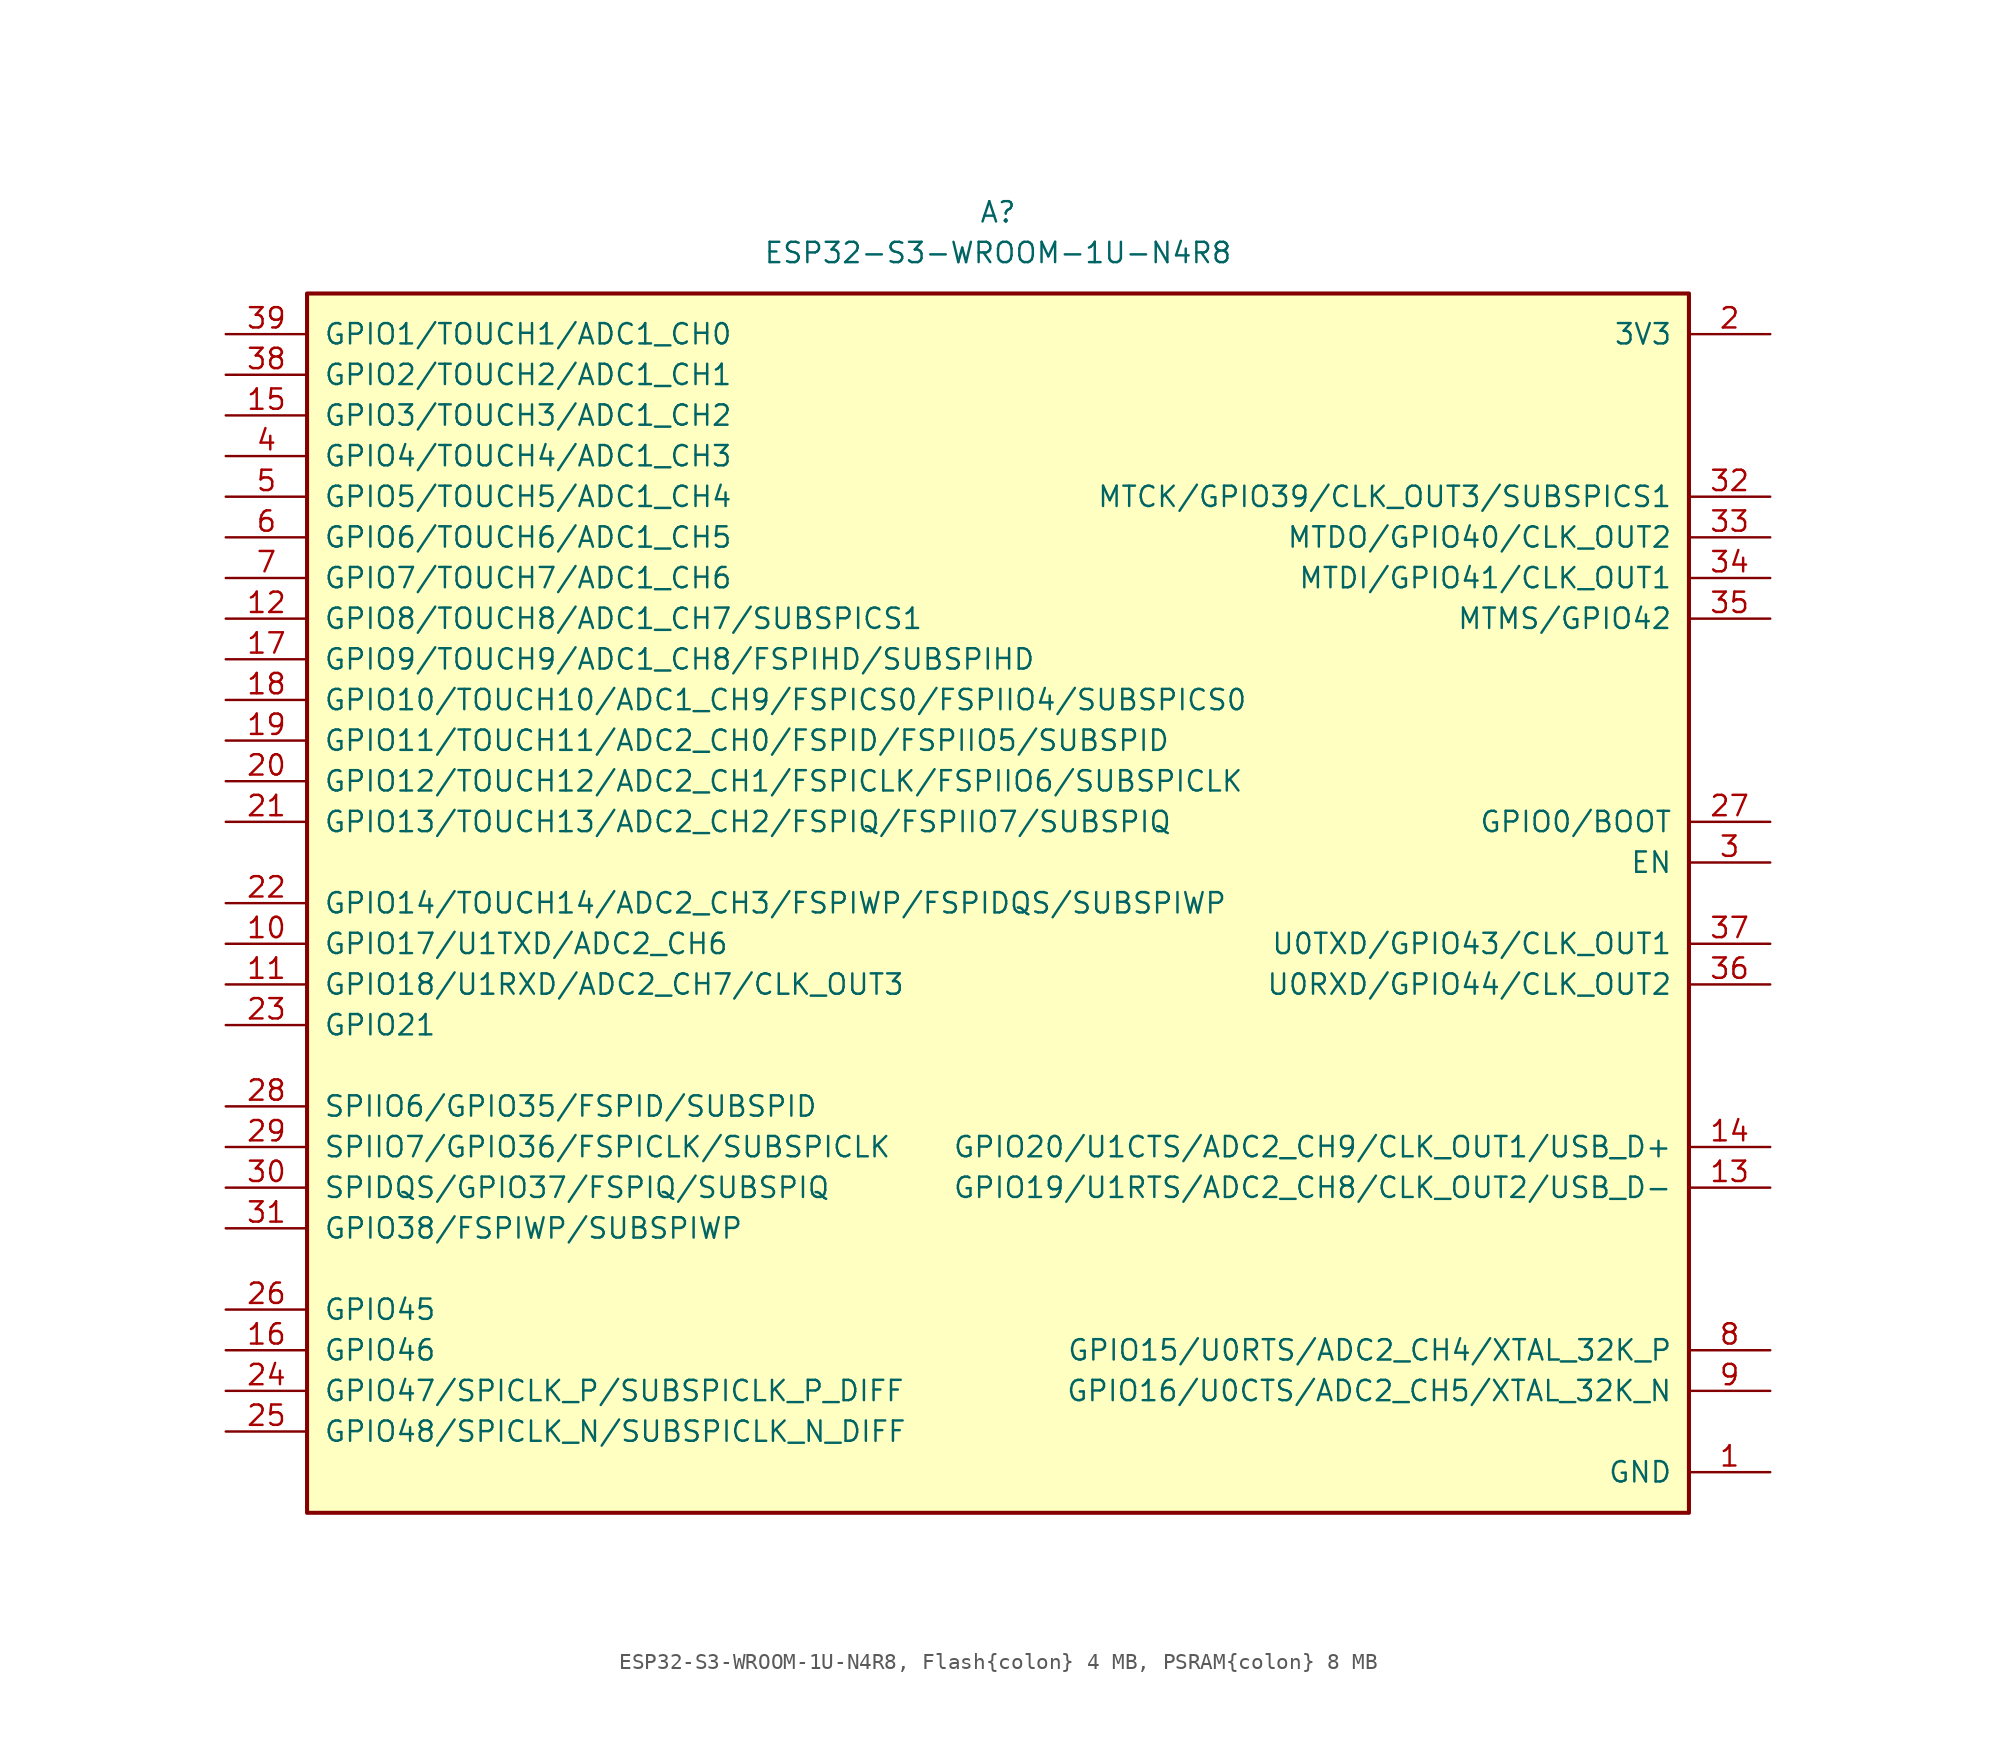
<source format=kicad_sym>
(kicad_symbol_lib
  (version 20241209)
  (generator "kicad_symbol_editor")
  (generator_version "9.0")
  (symbol "ESP32-S3-WROOM-1U-N4R8, Flash{colon} 4 MB, PSRAM{colon} 8 MB"
    (pin_names
      (offset 1.016))
    (property "Reference" "A"
      (at 0 43.18 0)
      (effects (font (size 1.27 1.27))))
    (property "Value" "ESP32-S3-WROOM-1U-N4R8"
      (at 0 40.64 0)
      (effects (font (size 1.27 1.27))))
    (symbol "ESP32-S3-WROOM-1U-N4R8, Flash{colon} 4 MB, PSRAM{colon} 8 MB_0_0"
      (pin bidirectional line (at -48.26 35.56 0) (length 5.08) (name "GPIO1/TOUCH1/ADC1_CH0" (effects (font (size 1.27 1.27)))) (number "39" (effects (font (size 1.27 1.27)))))
      (pin bidirectional line (at -48.26 33.02 0) (length 5.08) (name "GPIO2/TOUCH2/ADC1_CH1" (effects (font (size 1.27 1.27)))) (number "38" (effects (font (size 1.27 1.27)))))
      (pin bidirectional line (at -48.26 30.48 0) (length 5.08) (name "GPIO3/TOUCH3/ADC1_CH2" (effects (font (size 1.27 1.27)))) (number "15" (effects (font (size 1.27 1.27)))))
      (pin bidirectional line (at -48.26 27.94 0) (length 5.08) (name "GPIO4/TOUCH4/ADC1_CH3" (effects (font (size 1.27 1.27)))) (number "4" (effects (font (size 1.27 1.27)))))
      (pin bidirectional line (at -48.26 25.4 0) (length 5.08) (name "GPIO5/TOUCH5/ADC1_CH4" (effects (font (size 1.27 1.27)))) (number "5" (effects (font (size 1.27 1.27)))))
      (pin bidirectional line (at -48.26 22.86 0) (length 5.08) (name "GPIO6/TOUCH6/ADC1_CH5" (effects (font (size 1.27 1.27)))) (number "6" (effects (font (size 1.27 1.27)))))
      (pin bidirectional line (at -48.26 20.32 0) (length 5.08) (name "GPIO7/TOUCH7/ADC1_CH6" (effects (font (size 1.27 1.27)))) (number "7" (effects (font (size 1.27 1.27)))))
      (pin bidirectional line (at -48.26 17.78 0) (length 5.08) (name "GPIO8/TOUCH8/ADC1_CH7/SUBSPICS1" (effects (font (size 1.27 1.27)))) (number "12" (effects (font (size 1.27 1.27)))))
      (pin bidirectional line (at -48.26 15.24 0) (length 5.08) (name "GPIO9/TOUCH9/ADC1_CH8/FSPIHD/SUBSPIHD" (effects (font (size 1.27 1.27)))) (number "17" (effects (font (size 1.27 1.27)))))
      (pin bidirectional line (at -48.26 12.7 0) (length 5.08) (name "GPIO10/TOUCH10/ADC1_CH9/FSPICS0/FSPIIO4/SUBSPICS0" (effects (font (size 1.27 1.27)))) (number "18" (effects (font (size 1.27 1.27)))))
      (pin bidirectional line (at -48.26 10.16 0) (length 5.08) (name "GPIO11/TOUCH11/ADC2_CH0/FSPID/FSPIIO5/SUBSPID" (effects (font (size 1.27 1.27)))) (number "19" (effects (font (size 1.27 1.27)))))
      (pin bidirectional line (at -48.26 7.62 0) (length 5.08) (name "GPIO12/TOUCH12/ADC2_CH1/FSPICLK/FSPIIO6/SUBSPICLK" (effects (font (size 1.27 1.27)))) (number "20" (effects (font (size 1.27 1.27)))))
      (pin bidirectional line (at -48.26 5.08 0) (length 5.08) (name "GPIO13/TOUCH13/ADC2_CH2/FSPIQ/FSPIIO7/SUBSPIQ" (effects (font (size 1.27 1.27)))) (number "21" (effects (font (size 1.27 1.27)))))
      (pin bidirectional line (at -48.26 0 0) (length 5.08) (name "GPIO14/TOUCH14/ADC2_CH3/FSPIWP/FSPIDQS/SUBSPIWP" (effects (font (size 1.27 1.27)))) (number "22" (effects (font (size 1.27 1.27)))))
      (pin bidirectional line (at -48.26 -2.54 0) (length 5.08) (name "GPIO17/U1TXD/ADC2_CH6" (effects (font (size 1.27 1.27)))) (number "10" (effects (font (size 1.27 1.27)))))
      (pin bidirectional line (at -48.26 -5.08 0) (length 5.08) (name "GPIO18/U1RXD/ADC2_CH7/CLK_OUT3" (effects (font (size 1.27 1.27)))) (number "11" (effects (font (size 1.27 1.27)))))
      (pin bidirectional line (at -48.26 -7.62 0) (length 5.08) (name "GPIO21" (effects (font (size 1.27 1.27)))) (number "23" (effects (font (size 1.27 1.27)))))
      (pin bidirectional line (at -48.26 -12.7 0) (length 5.08) (name "SPIIO6/GPIO35/FSPID/SUBSPID" (effects (font (size 1.27 1.27)))) (number "28" (effects (font (size 1.27 1.27)))))
      (pin bidirectional line (at -48.26 -15.24 0) (length 5.08) (name "SPIIO7/GPIO36/FSPICLK/SUBSPICLK" (effects (font (size 1.27 1.27)))) (number "29" (effects (font (size 1.27 1.27)))))
      (pin bidirectional line (at -48.26 -17.78 0) (length 5.08) (name "SPIDQS/GPIO37/FSPIQ/SUBSPIQ" (effects (font (size 1.27 1.27)))) (number "30" (effects (font (size 1.27 1.27)))))
      (pin bidirectional line (at -48.26 -20.32 0) (length 5.08) (name "GPIO38/FSPIWP/SUBSPIWP" (effects (font (size 1.27 1.27)))) (number "31" (effects (font (size 1.27 1.27)))))
      (pin bidirectional line (at -48.26 -25.4 0) (length 5.08) (name "GPIO45" (effects (font (size 1.27 1.27)))) (number "26" (effects (font (size 1.27 1.27)))))
      (pin bidirectional line (at -48.26 -27.94 0) (length 5.08) (name "GPIO46" (effects (font (size 1.27 1.27)))) (number "16" (effects (font (size 1.27 1.27)))))
      (pin bidirectional line (at -48.26 -30.48 0) (length 5.08) (name "GPIO47/SPICLK_P/SUBSPICLK_P_DIFF" (effects (font (size 1.27 1.27)))) (number "24" (effects (font (size 1.27 1.27)))))
      (pin bidirectional line (at -48.26 -33.02 0) (length 5.08) (name "GPIO48/SPICLK_N/SUBSPICLK_N_DIFF" (effects (font (size 1.27 1.27)))) (number "25" (effects (font (size 1.27 1.27)))))
      (pin power_in line (at 48.26 35.56 180) (length 5.08) (name "3V3" (effects (font (size 1.27 1.27)))) (number "2" (effects (font (size 1.27 1.27)))))
      (pin bidirectional line (at 48.26 25.4 180) (length 5.08) (name "MTCK/GPIO39/CLK_OUT3/SUBSPICS1" (effects (font (size 1.27 1.27)))) (number "32" (effects (font (size 1.27 1.27)))))
      (pin bidirectional line (at 48.26 22.86 180) (length 5.08) (name "MTDO/GPIO40/CLK_OUT2" (effects (font (size 1.27 1.27)))) (number "33" (effects (font (size 1.27 1.27)))))
      (pin bidirectional line (at 48.26 20.32 180) (length 5.08) (name "MTDI/GPIO41/CLK_OUT1" (effects (font (size 1.27 1.27)))) (number "34" (effects (font (size 1.27 1.27)))))
      (pin bidirectional line (at 48.26 17.78 180) (length 5.08) (name "MTMS/GPIO42" (effects (font (size 1.27 1.27)))) (number "35" (effects (font (size 1.27 1.27)))))
      (pin bidirectional line (at 48.26 5.08 180) (length 5.08) (name "GPIO0/BOOT" (effects (font (size 1.27 1.27)))) (number "27" (effects (font (size 1.27 1.27)))))
      (pin input line (at 48.26 2.54 180) (length 5.08) (name "EN" (effects (font (size 1.27 1.27)))) (number "3" (effects (font (size 1.27 1.27)))))
      (pin bidirectional line (at 48.26 -2.54 180) (length 5.08) (name "U0TXD/GPIO43/CLK_OUT1" (effects (font (size 1.27 1.27)))) (number "37" (effects (font (size 1.27 1.27)))))
      (pin bidirectional line (at 48.26 -5.08 180) (length 5.08) (name "U0RXD/GPIO44/CLK_OUT2" (effects (font (size 1.27 1.27)))) (number "36" (effects (font (size 1.27 1.27)))))
      (pin bidirectional line (at 48.26 -15.24 180) (length 5.08) (name "GPIO20/U1CTS/ADC2_CH9/CLK_OUT1/USB_D+" (effects (font (size 1.27 1.27)))) (number "14" (effects (font (size 1.27 1.27)))))
      (pin bidirectional line (at 48.26 -17.78 180) (length 5.08) (name "GPIO19/U1RTS/ADC2_CH8/CLK_OUT2/USB_D-" (effects (font (size 1.27 1.27)))) (number "13" (effects (font (size 1.27 1.27)))))
      (pin bidirectional line (at 48.26 -27.94 180) (length 5.08) (name "GPIO15/U0RTS/ADC2_CH4/XTAL_32K_P" (effects (font (size 1.27 1.27)))) (number "8" (effects (font (size 1.27 1.27)))))
      (pin bidirectional line (at 48.26 -30.48 180) (length 5.08) (name "GPIO16/U0CTS/ADC2_CH5/XTAL_32K_N" (effects (font (size 1.27 1.27)))) (number "9" (effects (font (size 1.27 1.27)))))
      (pin passive line (at 48.26 -35.56 180) (length 5.08) (name "GND" (effects (font (size 1.27 1.27)))) (number "1" (effects (font (size 1.27 1.27)))))
      (pin passive line (at 48.26 -35.56 180) (length 5.08) (hide yes) (name "GND" (effects (font (size 1.27 1.27)))) (number "40" (effects (font (size 1.27 1.27)))))
      (pin passive line (at 48.26 -35.56 180) (length 5.08) (hide yes) (name "GND" (effects (font (size 1.27 1.27)))) (number "41" (effects (font (size 1.27 1.27))))))
    (symbol "ESP32-S3-WROOM-1U-N4R8, Flash{colon} 4 MB, PSRAM{colon} 8 MB_0_1"
      (rectangle (start -43.18 38.1) (end 43.18 -38.1) (stroke (width 0.254) (type default)) (fill (type background))))))
</source>
